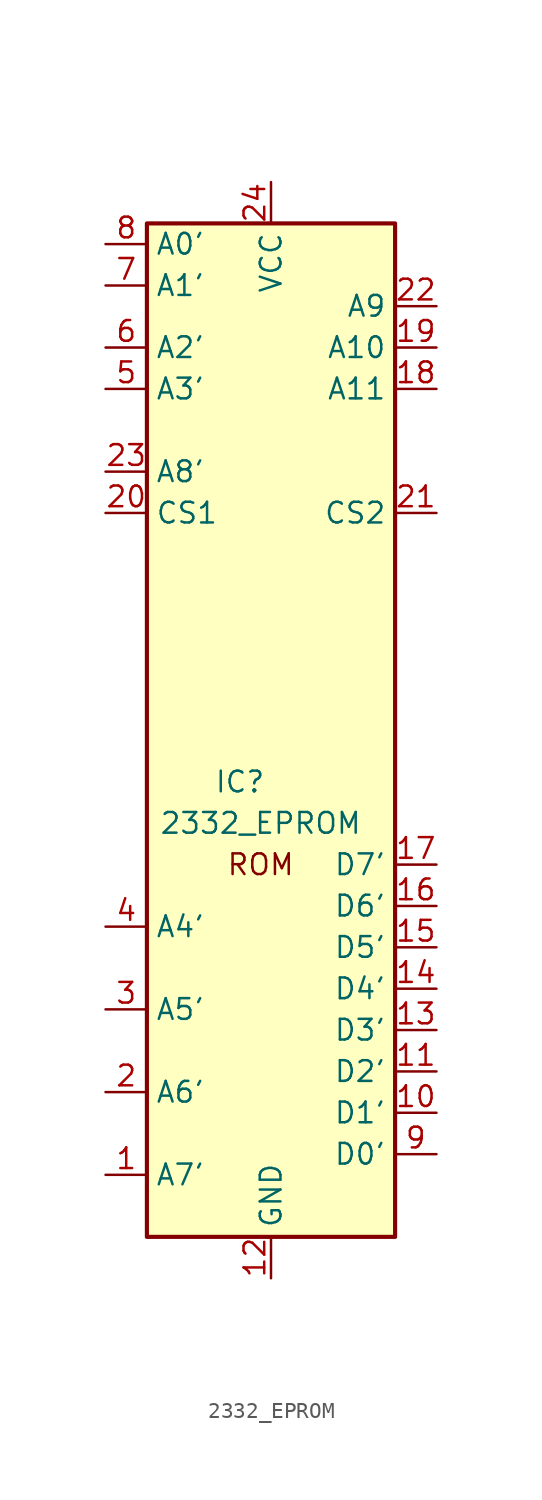
<source format=kicad_sym>
(kicad_symbol_lib
  (version 20220914)
  (generator kicad_symbol_editor)
  (symbol "2332_EPROM"
    (property "Reference" "IC"
      (at -1.905 2.54 0)
      (effects (font (size 1.27 1.27))))
    (property "Value" "2332_EPROM"
      (at -0.635 0 0)
      (effects (font (size 1.27 1.27))))
    (symbol "2332_EPROM_0_1"
      (rectangle (start -7.62 36.83) (end 7.62 -25.4) (stroke (width 0.254) (type solid)) (fill (type background))))
    (symbol "2332_EPROM_1_1"
      (text "ROM" (at -0.635 -2.54 0) (effects (font (size 1.27 1.27))))
      (pin input line (at -10.16 -21.59 0) (length 2.54) (name "A7'" (effects (font (size 1.27 1.27)))) (number "1" (effects (font (size 1.27 1.27)))))
      (pin tri_state line (at 10.16 -17.78 180) (length 2.54) (name "D1'" (effects (font (size 1.27 1.27)))) (number "10" (effects (font (size 1.27 1.27)))))
      (pin tri_state line (at 10.16 -15.24 180) (length 2.54) (name "D2'" (effects (font (size 1.27 1.27)))) (number "11" (effects (font (size 1.27 1.27)))))
      (pin power_in line (at 0 -27.94 90) (length 2.54) (name "GND" (effects (font (size 1.27 1.27)))) (number "12" (effects (font (size 1.27 1.27)))))
      (pin tri_state line (at 10.16 -12.7 180) (length 2.54) (name "D3'" (effects (font (size 1.27 1.27)))) (number "13" (effects (font (size 1.27 1.27)))))
      (pin tri_state line (at 10.16 -10.16 180) (length 2.54) (name "D4'" (effects (font (size 1.27 1.27)))) (number "14" (effects (font (size 1.27 1.27)))))
      (pin tri_state line (at 10.16 -7.62 180) (length 2.54) (name "D5'" (effects (font (size 1.27 1.27)))) (number "15" (effects (font (size 1.27 1.27)))))
      (pin tri_state line (at 10.16 -5.08 180) (length 2.54) (name "D6'" (effects (font (size 1.27 1.27)))) (number "16" (effects (font (size 1.27 1.27)))))
      (pin tri_state line (at 10.16 -2.54 180) (length 2.54) (name "D7'" (effects (font (size 1.27 1.27)))) (number "17" (effects (font (size 1.27 1.27)))))
      (pin input line (at 10.16 26.67 180) (length 2.54) (name "A11" (effects (font (size 1.27 1.27)))) (number "18" (effects (font (size 1.27 1.27)))))
      (pin input line (at 10.16 29.21 180) (length 2.54) (name "A10" (effects (font (size 1.27 1.27)))) (number "19" (effects (font (size 1.27 1.27)))))
      (pin input line (at -10.16 -16.51 0) (length 2.54) (name "A6'" (effects (font (size 1.27 1.27)))) (number "2" (effects (font (size 1.27 1.27)))))
      (pin input line (at -10.16 19.05 0) (length 2.54) (name "CS1" (effects (font (size 1.27 1.27)))) (number "20" (effects (font (size 1.27 1.27)))))
      (pin input line (at 10.16 19.05 180) (length 2.54) (name "CS2" (effects (font (size 1.27 1.27)))) (number "21" (effects (font (size 1.27 1.27)))))
      (pin input line (at 10.16 31.75 180) (length 2.54) (name "A9" (effects (font (size 1.27 1.27)))) (number "22" (effects (font (size 1.27 1.27)))))
      (pin input line (at -10.16 21.59 0) (length 2.54) (name "A8'" (effects (font (size 1.27 1.27)))) (number "23" (effects (font (size 1.27 1.27)))))
      (pin power_in line (at 0 39.37 270) (length 2.54) (name "VCC" (effects (font (size 1.27 1.27)))) (number "24" (effects (font (size 1.27 1.27)))))
      (pin input line (at -10.16 -11.43 0) (length 2.54) (name "A5'" (effects (font (size 1.27 1.27)))) (number "3" (effects (font (size 1.27 1.27)))))
      (pin input line (at -10.16 -6.35 0) (length 2.54) (name "A4'" (effects (font (size 1.27 1.27)))) (number "4" (effects (font (size 1.27 1.27)))))
      (pin input line (at -10.16 26.67 0) (length 2.54) (name "A3'" (effects (font (size 1.27 1.27)))) (number "5" (effects (font (size 1.27 1.27)))))
      (pin input line (at -10.16 29.21 0) (length 2.54) (name "A2'" (effects (font (size 1.27 1.27)))) (number "6" (effects (font (size 1.27 1.27)))))
      (pin input line (at -10.16 33.02 0) (length 2.54) (name "A1'" (effects (font (size 1.27 1.27)))) (number "7" (effects (font (size 1.27 1.27)))))
      (pin input line (at -10.16 35.56 0) (length 2.54) (name "A0'" (effects (font (size 1.27 1.27)))) (number "8" (effects (font (size 1.27 1.27)))))
      (pin tri_state line (at 10.16 -20.32 180) (length 2.54) (name "D0'" (effects (font (size 1.27 1.27)))) (number "9" (effects (font (size 1.27 1.27))))))))
</source>
